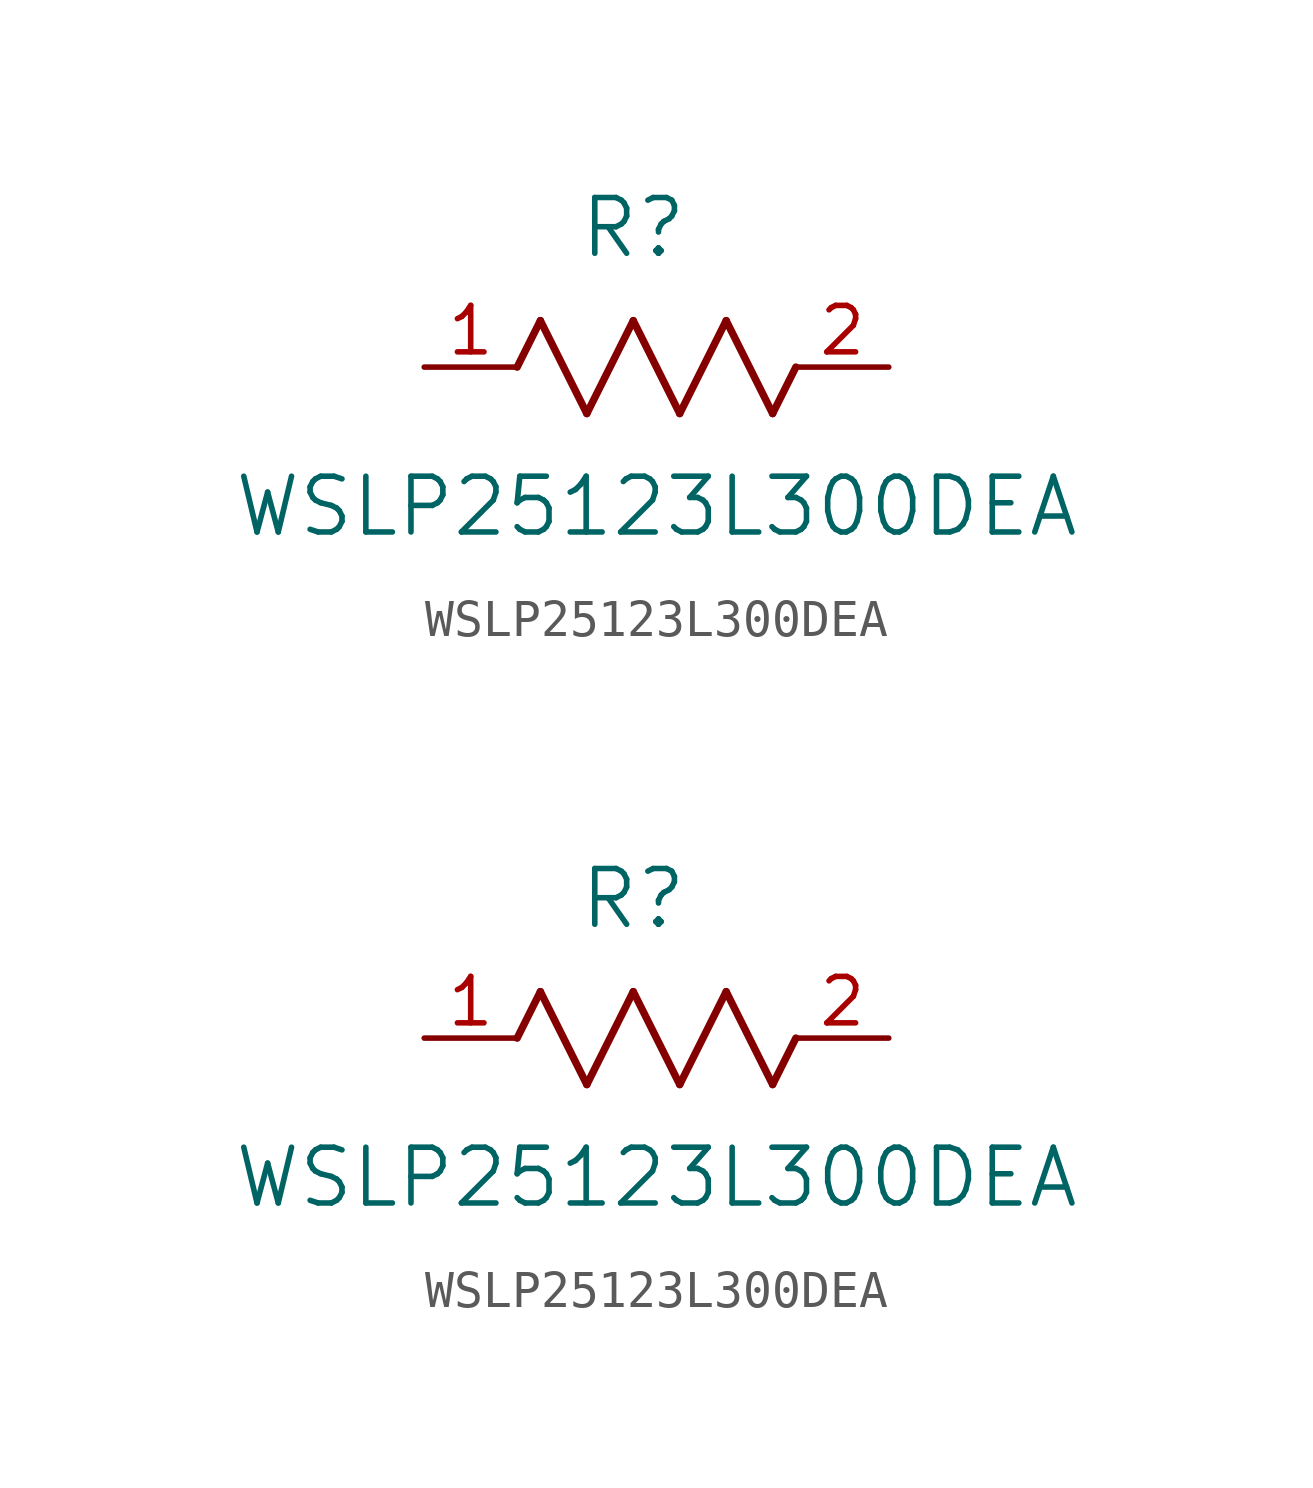
<source format=kicad_sym>
(kicad_symbol_lib
  (version 20211014)
  (generator kicad_symbol_editor)
  (symbol "WSLP25123L300DEA"
    (pin_names
      (offset 0.254))
    (property "Reference" "R"
      (at 5.715 3.81 0)
      (effects (font (size 1.524 1.524))))
    (property "Value" "WSLP25123L300DEA"
      (at 6.35 -3.81 0)
      (effects (font (size 1.524 1.524))))
    (symbol "WSLP25123L300DEA_1_1"
      (polyline (pts (xy 3.175 1.27) (xy 4.445 -1.27)) (stroke (width 0.203) (type default) (color 0 0 0 0)) (fill (type none)))
      (polyline (pts (xy 4.445 -1.27) (xy 5.715 1.27)) (stroke (width 0.203) (type default) (color 0 0 0 0)) (fill (type none)))
      (polyline (pts (xy 5.715 1.27) (xy 6.985 -1.27)) (stroke (width 0.203) (type default) (color 0 0 0 0)) (fill (type none)))
      (polyline (pts (xy 6.985 -1.27) (xy 8.255 1.27)) (stroke (width 0.203) (type default) (color 0 0 0 0)) (fill (type none)))
      (polyline (pts (xy 8.255 1.27) (xy 9.525 -1.27)) (stroke (width 0.203) (type default) (color 0 0 0 0)) (fill (type none)))
      (polyline (pts (xy 2.54 0) (xy 3.175 1.27)) (stroke (width 0.203) (type default) (color 0 0 0 0)) (fill (type none)))
      (polyline (pts (xy 9.525 -1.27) (xy 10.16 0)) (stroke (width 0.203) (type default) (color 0 0 0 0)) (fill (type none)))
      (pin unspecified line (at 0 0 0) (length 2.54) (name "" (effects (font (size 1.27 1.27)))) (number "1" (effects (font (size 1.27 1.27)))))
      (pin unspecified line (at 12.7 0 180) (length 2.54) (name "" (effects (font (size 1.27 1.27)))) (number "2" (effects (font (size 1.27 1.27))))))
    (symbol "WSLP25123L300DEA_1_2"
      (polyline (pts (xy 3.175 1.27) (xy 4.445 -1.27)) (stroke (width 0.203) (type default) (color 0 0 0 0)) (fill (type none)))
      (polyline (pts (xy 4.445 -1.27) (xy 5.715 1.27)) (stroke (width 0.203) (type default) (color 0 0 0 0)) (fill (type none)))
      (polyline (pts (xy 5.715 1.27) (xy 6.985 -1.27)) (stroke (width 0.203) (type default) (color 0 0 0 0)) (fill (type none)))
      (polyline (pts (xy 6.985 -1.27) (xy 8.255 1.27)) (stroke (width 0.203) (type default) (color 0 0 0 0)) (fill (type none)))
      (polyline (pts (xy 8.255 1.27) (xy 9.525 -1.27)) (stroke (width 0.203) (type default) (color 0 0 0 0)) (fill (type none)))
      (polyline (pts (xy 2.54 0) (xy 3.175 1.27)) (stroke (width 0.203) (type default) (color 0 0 0 0)) (fill (type none)))
      (polyline (pts (xy 9.525 -1.27) (xy 10.16 0)) (stroke (width 0.203) (type default) (color 0 0 0 0)) (fill (type none)))
      (pin unspecified line (at 0 0 0) (length 2.54) (name "" (effects (font (size 1.27 1.27)))) (number "1" (effects (font (size 1.27 1.27)))))
      (pin unspecified line (at 12.7 0 180) (length 2.54) (name "" (effects (font (size 1.27 1.27)))) (number "2" (effects (font (size 1.27 1.27))))))))
</source>
